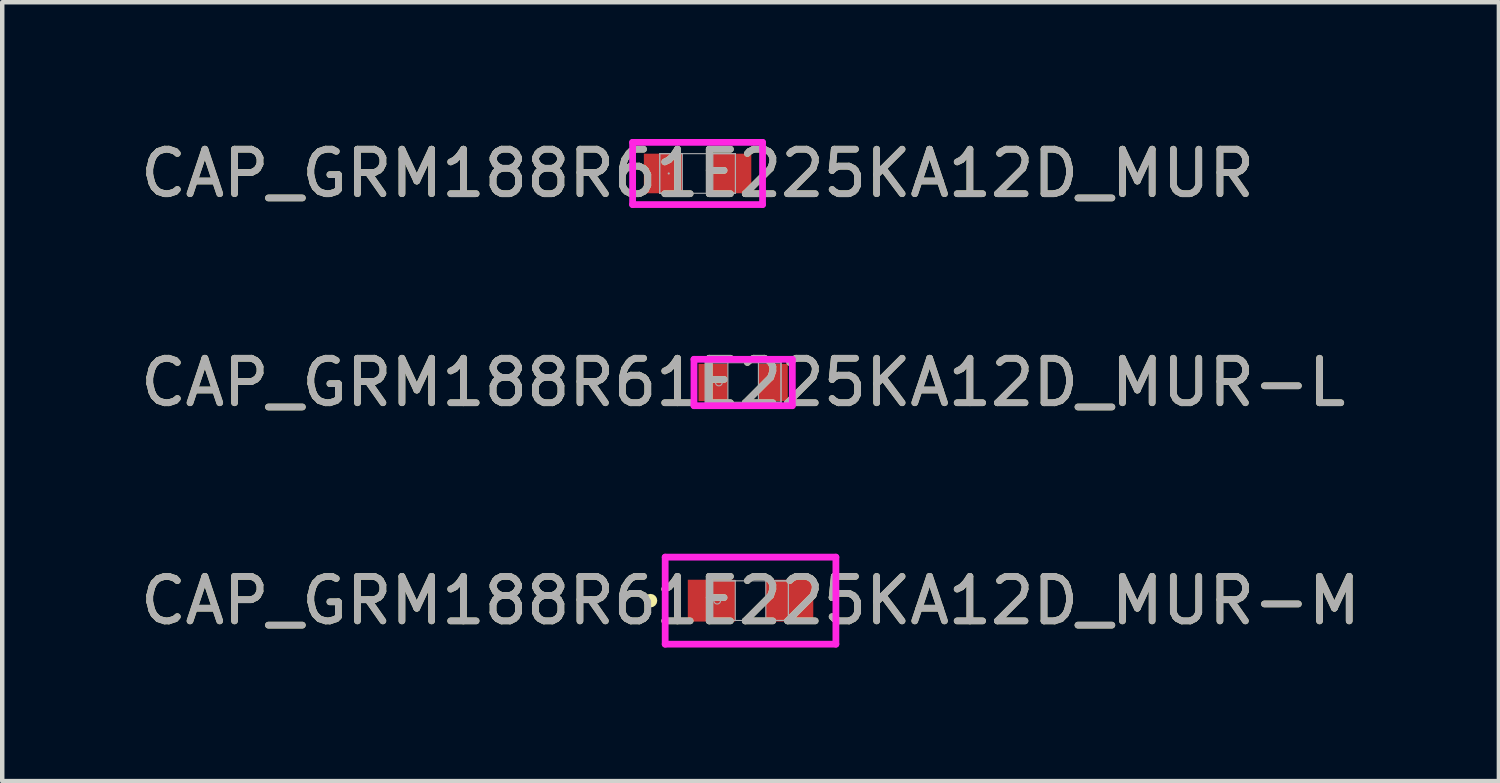
<source format=kicad_pcb>
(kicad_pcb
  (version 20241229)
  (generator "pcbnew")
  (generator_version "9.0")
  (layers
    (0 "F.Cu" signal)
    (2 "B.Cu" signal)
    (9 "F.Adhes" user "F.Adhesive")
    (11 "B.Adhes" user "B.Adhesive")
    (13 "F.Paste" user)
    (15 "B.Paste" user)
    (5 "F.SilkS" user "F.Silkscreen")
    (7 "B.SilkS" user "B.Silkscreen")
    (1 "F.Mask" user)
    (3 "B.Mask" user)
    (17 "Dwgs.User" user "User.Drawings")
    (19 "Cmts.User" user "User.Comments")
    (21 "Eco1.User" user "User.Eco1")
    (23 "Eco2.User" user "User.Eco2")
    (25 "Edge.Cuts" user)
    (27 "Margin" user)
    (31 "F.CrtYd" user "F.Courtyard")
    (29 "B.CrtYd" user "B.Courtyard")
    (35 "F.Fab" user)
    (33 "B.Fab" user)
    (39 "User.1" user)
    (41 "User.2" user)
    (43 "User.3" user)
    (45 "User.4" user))
  (footprint "CAP_GRM188R61E225KA12D_MUR-M"
    (layer "F.Cu")
    (at 13.815 10.447)
    (property "Reference" "CAP_GRM188R61E225KA12D_MUR-M" (at 0 0 0) (unlocked yes) (layer "F.SilkS") (effects (font (size 1 1) (thickness 0.15))))
    (attr smd)
    (fp_circle (center -2.248 0) (end -2.172 0) (stroke (width 0.152) (type solid)) (fill no) (layer "F.SilkS"))
    (fp_line (start -1.918 -0.978) (end 1.918 -0.978) (stroke (width 0.152) (type solid)) (layer "F.CrtYd"))
    (fp_line (start -1.918 0.978) (end -1.918 -0.978) (stroke (width 0.152) (type solid)) (layer "F.CrtYd"))
    (fp_line (start 1.918 -0.978) (end 1.918 0.978) (stroke (width 0.152) (type solid)) (layer "F.CrtYd"))
    (fp_line (start 1.918 0.978) (end -1.918 0.978) (stroke (width 0.152) (type solid)) (layer "F.CrtYd"))
    (fp_line (start -0.851 -0.445) (end -0.851 0.445) (stroke (width 0.025) (type solid)) (layer "F.Fab"))
    (fp_line (start -0.851 -0.445) (end -0.851 0.445) (stroke (width 0.025) (type solid)) (layer "F.Fab"))
    (fp_line (start -0.851 0.445) (end -0.343 0.445) (stroke (width 0.025) (type solid)) (layer "F.Fab"))
    (fp_line (start -0.851 0.445) (end 0.851 0.445) (stroke (width 0.025) (type solid)) (layer "F.Fab"))
    (fp_line (start -0.343 -0.445) (end -0.851 -0.445) (stroke (width 0.025) (type solid)) (layer "F.Fab"))
    (fp_line (start -0.343 0.445) (end -0.343 -0.445) (stroke (width 0.025) (type solid)) (layer "F.Fab"))
    (fp_line (start 0.343 -0.445) (end 0.343 0.445) (stroke (width 0.025) (type solid)) (layer "F.Fab"))
    (fp_line (start 0.343 0.445) (end 0.851 0.445) (stroke (width 0.025) (type solid)) (layer "F.Fab"))
    (fp_line (start 0.851 -0.445) (end -0.851 -0.445) (stroke (width 0.025) (type solid)) (layer "F.Fab"))
    (fp_line (start 0.851 -0.445) (end 0.343 -0.445) (stroke (width 0.025) (type solid)) (layer "F.Fab"))
    (fp_line (start 0.851 0.445) (end 0.851 -0.445) (stroke (width 0.025) (type solid)) (layer "F.Fab"))
    (fp_line (start 0.851 0.445) (end 0.851 -0.445) (stroke (width 0.025) (type solid)) (layer "F.Fab"))
    (fp_circle (center -0.749 0) (end -0.673 0) (stroke (width 0.025) (type solid)) (fill no) (layer "F.Fab"))
    (fp_text user "${REFERENCE}" (at 0 0 0) (unlocked yes) (layer "F.Fab") (effects (font (size 1 1) (thickness 0.15))))
    (pad "1" smd rect (at -0.876 0) (size 1.067 0.94) (layers "F.Cu" "F.Mask" "F.Paste"))
    (pad "2" smd rect (at 0.876 0) (size 1.067 0.94) (layers "F.Cu" "F.Mask" "F.Paste"))
    (zone (net_name "") (layer "F.Cu") (hatch full 0.508) (connect_pads) (min_thickness 0.254) (filled_areas_thickness no) (keepout (tracks not_allowed) (vias not_allowed) (pads allowed) (copperpour not_allowed) (footprints allowed)) (placement (enabled no)) (fill) (polygon (pts (xy 13.523 10.053) (xy 14.108 10.053) (xy 14.108 10.841) (xy 13.523 10.841)))))
  (footprint "CAP_GRM188R61E225KA12D_MUR"
    (layer "F.Cu")
    (at 12.625 0.848)
    (property "Reference" "CAP_GRM188R61E225KA12D_MUR" (at 0 0 0) (unlocked yes) (layer "F.SilkS") (effects (font (size 1 1) (thickness 0.15))))
    (attr smd)
    (fp_line (start -1.46 -0.699) (end 1.46 -0.699) (stroke (width 0.152) (type solid)) (layer "F.CrtYd"))
    (fp_line (start -1.46 0.699) (end -1.46 -0.699) (stroke (width 0.152) (type solid)) (layer "F.CrtYd"))
    (fp_line (start 1.46 -0.699) (end 1.46 0.699) (stroke (width 0.152) (type solid)) (layer "F.CrtYd"))
    (fp_line (start 1.46 0.699) (end -1.46 0.699) (stroke (width 0.152) (type solid)) (layer "F.CrtYd"))
    (fp_line (start -0.851 -0.445) (end -0.851 0.445) (stroke (width 0.025) (type solid)) (layer "F.Fab"))
    (fp_line (start -0.851 -0.445) (end -0.851 0.445) (stroke (width 0.025) (type solid)) (layer "F.Fab"))
    (fp_line (start -0.851 0.445) (end -0.343 0.445) (stroke (width 0.025) (type solid)) (layer "F.Fab"))
    (fp_line (start -0.851 0.445) (end 0.851 0.445) (stroke (width 0.025) (type solid)) (layer "F.Fab"))
    (fp_line (start -0.343 -0.445) (end -0.851 -0.445) (stroke (width 0.025) (type solid)) (layer "F.Fab"))
    (fp_line (start -0.343 0.445) (end -0.343 -0.445) (stroke (width 0.025) (type solid)) (layer "F.Fab"))
    (fp_line (start 0.343 -0.445) (end 0.343 0.445) (stroke (width 0.025) (type solid)) (layer "F.Fab"))
    (fp_line (start 0.343 0.445) (end 0.851 0.445) (stroke (width 0.025) (type solid)) (layer "F.Fab"))
    (fp_line (start 0.851 -0.445) (end -0.851 -0.445) (stroke (width 0.025) (type solid)) (layer "F.Fab"))
    (fp_line (start 0.851 -0.445) (end 0.343 -0.445) (stroke (width 0.025) (type solid)) (layer "F.Fab"))
    (fp_line (start 0.851 0.445) (end 0.851 -0.445) (stroke (width 0.025) (type solid)) (layer "F.Fab"))
    (fp_line (start 0.851 0.445) (end 0.851 -0.445) (stroke (width 0.025) (type solid)) (layer "F.Fab"))
    (fp_circle (center -0.648 0) (end -0.648 0) (stroke (width 0.025) (type solid)) (fill no) (layer "F.Fab"))
    (fp_text user "${REFERENCE}" (at 0 0 0) (unlocked yes) (layer "F.Fab") (effects (font (size 1 1) (thickness 0.15))))
    (pad "1" smd rect (at -0.775 0) (size 0.864 0.889) (layers "F.Cu" "F.Mask" "F.Paste"))
    (pad "2" smd rect (at 0.775 0) (size 0.864 0.889) (layers "F.Cu" "F.Mask" "F.Paste"))
    (zone (net_name "") (layer "F.Cu") (hatch full 0.508) (connect_pads) (min_thickness 0.254) (filled_areas_thickness no) (keepout (tracks not_allowed) (vias not_allowed) (pads allowed) (copperpour not_allowed) (footprints allowed)) (placement (enabled no)) (fill) (polygon (pts (xy 12.333 0.455) (xy 12.917 0.455) (xy 12.917 1.242) (xy 12.333 1.242)))))
  (footprint "CAP_GRM188R61E225KA12D_MUR-L"
    (layer "F.Cu")
    (at 13.649 5.545)
    (property "Reference" "CAP_GRM188R61E225KA12D_MUR-L" (at 0 0 0) (unlocked yes) (layer "F.SilkS") (effects (font (size 1 1) (thickness 0.15))))
    (attr smd)
    (fp_line (start -1.105 -0.521) (end 1.105 -0.521) (stroke (width 0.152) (type solid)) (layer "F.CrtYd"))
    (fp_line (start -1.105 0.521) (end -1.105 -0.521) (stroke (width 0.152) (type solid)) (layer "F.CrtYd"))
    (fp_line (start 1.105 -0.521) (end 1.105 0.521) (stroke (width 0.152) (type solid)) (layer "F.CrtYd"))
    (fp_line (start 1.105 0.521) (end -1.105 0.521) (stroke (width 0.152) (type solid)) (layer "F.CrtYd"))
    (fp_line (start -0.851 -0.445) (end -0.851 0.445) (stroke (width 0.025) (type solid)) (layer "F.Fab"))
    (fp_line (start -0.851 -0.445) (end -0.851 0.445) (stroke (width 0.025) (type solid)) (layer "F.Fab"))
    (fp_line (start -0.851 0.445) (end -0.343 0.445) (stroke (width 0.025) (type solid)) (layer "F.Fab"))
    (fp_line (start -0.851 0.445) (end 0.851 0.445) (stroke (width 0.025) (type solid)) (layer "F.Fab"))
    (fp_line (start -0.343 -0.445) (end -0.851 -0.445) (stroke (width 0.025) (type solid)) (layer "F.Fab"))
    (fp_line (start -0.343 0.445) (end -0.343 -0.445) (stroke (width 0.025) (type solid)) (layer "F.Fab"))
    (fp_line (start 0.343 -0.445) (end 0.343 0.445) (stroke (width 0.025) (type solid)) (layer "F.Fab"))
    (fp_line (start 0.343 0.445) (end 0.851 0.445) (stroke (width 0.025) (type solid)) (layer "F.Fab"))
    (fp_line (start 0.851 -0.445) (end -0.851 -0.445) (stroke (width 0.025) (type solid)) (layer "F.Fab"))
    (fp_line (start 0.851 -0.445) (end 0.343 -0.445) (stroke (width 0.025) (type solid)) (layer "F.Fab"))
    (fp_line (start 0.851 0.445) (end 0.851 -0.445) (stroke (width 0.025) (type solid)) (layer "F.Fab"))
    (fp_line (start 0.851 0.445) (end 0.851 -0.445) (stroke (width 0.025) (type solid)) (layer "F.Fab"))
    (fp_circle (center -0.546 0) (end -0.47 0) (stroke (width 0.025) (type solid)) (fill no) (layer "F.Fab"))
    (fp_text user "${REFERENCE}" (at 0 0 0) (unlocked yes) (layer "F.Fab") (effects (font (size 1 1) (thickness 0.15))))
    (pad "1" smd rect (at -0.673 0) (size 0.66 0.838) (layers "F.Cu" "F.Mask" "F.Paste"))
    (pad "2" smd rect (at 0.673 0) (size 0.66 0.838) (layers "F.Cu" "F.Mask" "F.Paste"))
    (zone (net_name "") (layer "F.Cu") (hatch full 0.508) (connect_pads) (min_thickness 0.254) (filled_areas_thickness no) (keepout (tracks not_allowed) (vias not_allowed) (pads allowed) (copperpour not_allowed) (footprints allowed)) (placement (enabled no)) (fill) (polygon (pts (xy 13.357 5.151) (xy 13.941 5.151) (xy 13.941 5.938) (xy 13.357 5.938)))))
  (gr_rect
    (start -3 -3)
    (end 30.631 14.501)
    (stroke (width 0.1) (type default))
    (fill no)
    (layer "Edge.Cuts")))
</source>
